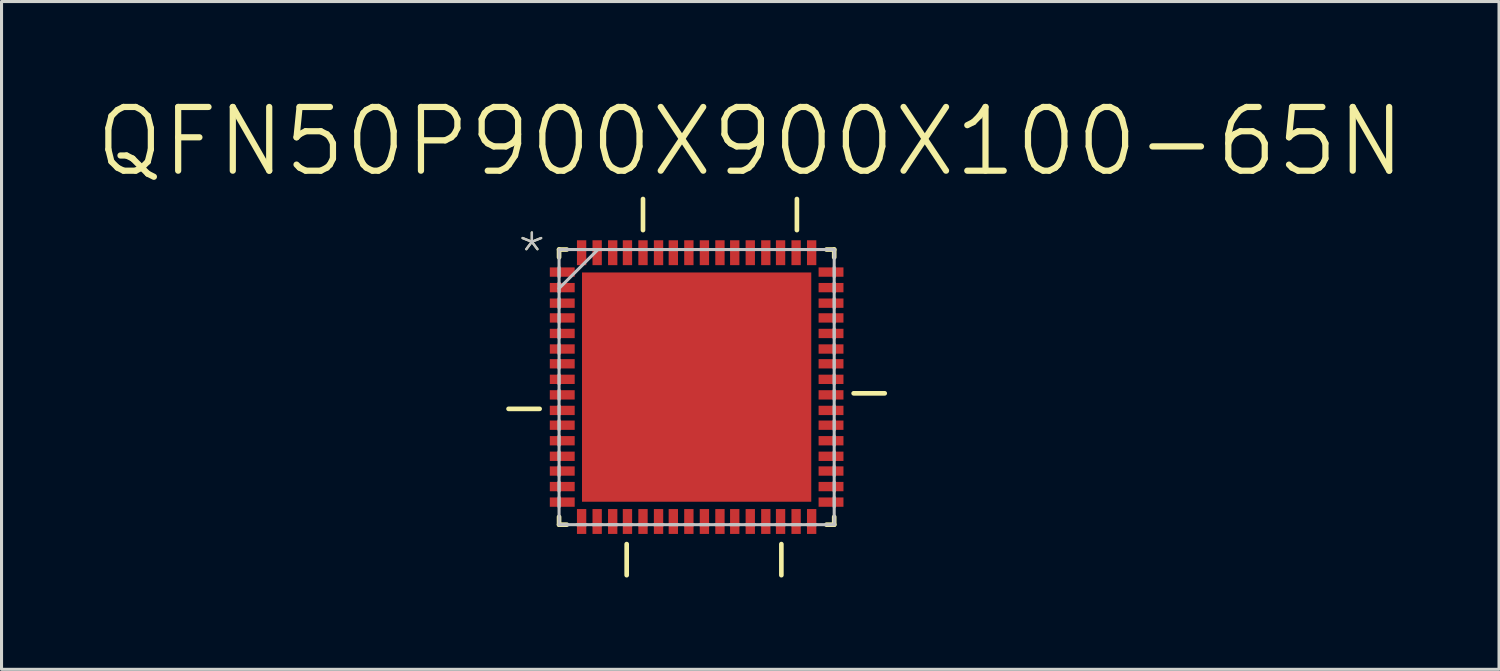
<source format=kicad_pcb>
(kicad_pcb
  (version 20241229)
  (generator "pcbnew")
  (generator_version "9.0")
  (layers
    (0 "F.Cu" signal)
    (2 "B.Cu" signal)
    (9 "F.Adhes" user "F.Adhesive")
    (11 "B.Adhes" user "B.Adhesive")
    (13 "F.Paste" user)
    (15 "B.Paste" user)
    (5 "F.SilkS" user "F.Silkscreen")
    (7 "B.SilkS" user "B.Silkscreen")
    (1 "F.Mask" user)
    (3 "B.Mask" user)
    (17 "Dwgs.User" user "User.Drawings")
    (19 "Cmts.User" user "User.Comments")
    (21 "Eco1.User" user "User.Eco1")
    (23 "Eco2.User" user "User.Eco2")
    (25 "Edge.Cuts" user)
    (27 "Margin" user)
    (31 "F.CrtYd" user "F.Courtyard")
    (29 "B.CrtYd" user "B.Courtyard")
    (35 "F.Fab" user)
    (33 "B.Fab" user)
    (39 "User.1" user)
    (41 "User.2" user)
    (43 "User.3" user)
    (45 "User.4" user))
  (footprint "QFN50P900X900X100-65N"
    (layer "F.Cu")
    (at 19.717 9.601)
    (property "Reference" "QFN50P900X900X100-65N" (at 1.753 -8.026 0) (layer "F.SilkS") (effects (font (size 2.083 2.083) (thickness 0.203))))
    (attr smd)
    (fp_line (start -5.131 0.711) (end -6.147 0.711) (stroke (width 0.152) (type solid)) (layer "F.SilkS"))
    (fp_line (start -4.496 -4.496) (end -4.496 -4.242) (stroke (width 0.152) (type solid)) (layer "F.SilkS"))
    (fp_line (start -4.496 4.242) (end -4.496 4.496) (stroke (width 0.152) (type solid)) (layer "F.SilkS"))
    (fp_line (start -4.496 4.496) (end -4.242 4.496) (stroke (width 0.152) (type solid)) (layer "F.SilkS"))
    (fp_line (start -4.242 -4.496) (end -4.496 -4.496) (stroke (width 0.152) (type solid)) (layer "F.SilkS"))
    (fp_line (start -2.286 5.131) (end -2.286 6.147) (stroke (width 0.152) (type solid)) (layer "F.SilkS"))
    (fp_line (start -1.753 -6.147) (end -1.753 -5.131) (stroke (width 0.152) (type solid)) (layer "F.SilkS"))
    (fp_line (start 2.769 5.131) (end 2.769 6.147) (stroke (width 0.152) (type solid)) (layer "F.SilkS"))
    (fp_line (start 3.277 -6.147) (end 3.277 -5.131) (stroke (width 0.152) (type solid)) (layer "F.SilkS"))
    (fp_line (start 4.242 4.496) (end 4.496 4.496) (stroke (width 0.152) (type solid)) (layer "F.SilkS"))
    (fp_line (start 4.496 -4.496) (end 4.242 -4.496) (stroke (width 0.152) (type solid)) (layer "F.SilkS"))
    (fp_line (start 4.496 -4.242) (end 4.496 -4.496) (stroke (width 0.152) (type solid)) (layer "F.SilkS"))
    (fp_line (start 4.496 4.496) (end 4.496 4.242) (stroke (width 0.152) (type solid)) (layer "F.SilkS"))
    (fp_line (start 6.147 0.203) (end 5.131 0.203) (stroke (width 0.152) (type solid)) (layer "F.SilkS"))
    (fp_line (start -4.496 -4.496) (end -4.496 4.496) (stroke (width 0.1) (type solid)) (layer "Dwgs.User"))
    (fp_line (start -4.496 -3.912) (end -4.496 -3.604) (stroke (width 0.1) (type solid)) (layer "Dwgs.User"))
    (fp_line (start -4.496 -3.404) (end -4.496 -3.099) (stroke (width 0.1) (type solid)) (layer "Dwgs.User"))
    (fp_line (start -4.496 -3.226) (end -3.226 -4.496) (stroke (width 0.1) (type solid)) (layer "Dwgs.User"))
    (fp_line (start -4.496 -2.896) (end -4.496 -2.588) (stroke (width 0.1) (type solid)) (layer "Dwgs.User"))
    (fp_line (start -4.496 -2.388) (end -4.496 -2.108) (stroke (width 0.1) (type solid)) (layer "Dwgs.User"))
    (fp_line (start -4.496 -1.905) (end -4.496 -1.6) (stroke (width 0.1) (type solid)) (layer "Dwgs.User"))
    (fp_line (start -4.496 -1.397) (end -4.496 -1.09) (stroke (width 0.1) (type solid)) (layer "Dwgs.User"))
    (fp_line (start -4.496 -0.889) (end -4.496 -0.61) (stroke (width 0.1) (type solid)) (layer "Dwgs.User"))
    (fp_line (start -4.496 -0.406) (end -4.496 -0.102) (stroke (width 0.1) (type solid)) (layer "Dwgs.User"))
    (fp_line (start -4.496 0.102) (end -4.496 0.406) (stroke (width 0.1) (type solid)) (layer "Dwgs.User"))
    (fp_line (start -4.496 0.61) (end -4.496 0.889) (stroke (width 0.1) (type solid)) (layer "Dwgs.User"))
    (fp_line (start -4.496 1.09) (end -4.496 1.397) (stroke (width 0.1) (type solid)) (layer "Dwgs.User"))
    (fp_line (start -4.496 1.6) (end -4.496 1.905) (stroke (width 0.1) (type solid)) (layer "Dwgs.User"))
    (fp_line (start -4.496 2.108) (end -4.496 2.388) (stroke (width 0.1) (type solid)) (layer "Dwgs.User"))
    (fp_line (start -4.496 2.588) (end -4.496 2.896) (stroke (width 0.1) (type solid)) (layer "Dwgs.User"))
    (fp_line (start -4.496 3.099) (end -4.496 3.404) (stroke (width 0.1) (type solid)) (layer "Dwgs.User"))
    (fp_line (start -4.496 3.604) (end -4.496 3.912) (stroke (width 0.1) (type solid)) (layer "Dwgs.User"))
    (fp_line (start -4.496 4.496) (end 4.496 4.496) (stroke (width 0.1) (type solid)) (layer "Dwgs.User"))
    (fp_line (start -3.912 4.496) (end -3.604 4.496) (stroke (width 0.1) (type solid)) (layer "Dwgs.User"))
    (fp_line (start -3.604 -4.496) (end -3.912 -4.496) (stroke (width 0.1) (type solid)) (layer "Dwgs.User"))
    (fp_line (start -3.404 4.496) (end -3.099 4.496) (stroke (width 0.1) (type solid)) (layer "Dwgs.User"))
    (fp_line (start -3.099 -4.496) (end -3.404 -4.496) (stroke (width 0.1) (type solid)) (layer "Dwgs.User"))
    (fp_line (start -2.896 4.496) (end -2.588 4.496) (stroke (width 0.1) (type solid)) (layer "Dwgs.User"))
    (fp_line (start -2.588 -4.496) (end -2.896 -4.496) (stroke (width 0.1) (type solid)) (layer "Dwgs.User"))
    (fp_line (start -2.388 4.496) (end -2.108 4.496) (stroke (width 0.1) (type solid)) (layer "Dwgs.User"))
    (fp_line (start -2.108 -4.496) (end -2.388 -4.496) (stroke (width 0.1) (type solid)) (layer "Dwgs.User"))
    (fp_line (start -1.905 4.496) (end -1.6 4.496) (stroke (width 0.1) (type solid)) (layer "Dwgs.User"))
    (fp_line (start -1.6 -4.496) (end -1.905 -4.496) (stroke (width 0.1) (type solid)) (layer "Dwgs.User"))
    (fp_line (start -1.397 4.496) (end -1.09 4.496) (stroke (width 0.1) (type solid)) (layer "Dwgs.User"))
    (fp_line (start -1.09 -4.496) (end -1.397 -4.496) (stroke (width 0.1) (type solid)) (layer "Dwgs.User"))
    (fp_line (start -0.889 4.496) (end -0.61 4.496) (stroke (width 0.1) (type solid)) (layer "Dwgs.User"))
    (fp_line (start -0.61 -4.496) (end -0.889 -4.496) (stroke (width 0.1) (type solid)) (layer "Dwgs.User"))
    (fp_line (start -0.406 4.496) (end -0.102 4.496) (stroke (width 0.1) (type solid)) (layer "Dwgs.User"))
    (fp_line (start -0.102 -4.496) (end -0.406 -4.496) (stroke (width 0.1) (type solid)) (layer "Dwgs.User"))
    (fp_line (start 0.102 4.496) (end 0.406 4.496) (stroke (width 0.1) (type solid)) (layer "Dwgs.User"))
    (fp_line (start 0.406 -4.496) (end 0.102 -4.496) (stroke (width 0.1) (type solid)) (layer "Dwgs.User"))
    (fp_line (start 0.61 4.496) (end 0.889 4.496) (stroke (width 0.1) (type solid)) (layer "Dwgs.User"))
    (fp_line (start 0.889 -4.496) (end 0.61 -4.496) (stroke (width 0.1) (type solid)) (layer "Dwgs.User"))
    (fp_line (start 1.09 4.496) (end 1.397 4.496) (stroke (width 0.1) (type solid)) (layer "Dwgs.User"))
    (fp_line (start 1.397 -4.496) (end 1.09 -4.496) (stroke (width 0.1) (type solid)) (layer "Dwgs.User"))
    (fp_line (start 1.6 4.496) (end 1.905 4.496) (stroke (width 0.1) (type solid)) (layer "Dwgs.User"))
    (fp_line (start 1.905 -4.496) (end 1.6 -4.496) (stroke (width 0.1) (type solid)) (layer "Dwgs.User"))
    (fp_line (start 2.108 4.496) (end 2.388 4.496) (stroke (width 0.1) (type solid)) (layer "Dwgs.User"))
    (fp_line (start 2.388 -4.496) (end 2.108 -4.496) (stroke (width 0.1) (type solid)) (layer "Dwgs.User"))
    (fp_line (start 2.588 4.496) (end 2.896 4.496) (stroke (width 0.1) (type solid)) (layer "Dwgs.User"))
    (fp_line (start 2.896 -4.496) (end 2.588 -4.496) (stroke (width 0.1) (type solid)) (layer "Dwgs.User"))
    (fp_line (start 3.099 4.496) (end 3.404 4.496) (stroke (width 0.1) (type solid)) (layer "Dwgs.User"))
    (fp_line (start 3.404 -4.496) (end 3.099 -4.496) (stroke (width 0.1) (type solid)) (layer "Dwgs.User"))
    (fp_line (start 3.604 4.496) (end 3.912 4.496) (stroke (width 0.1) (type solid)) (layer "Dwgs.User"))
    (fp_line (start 3.912 -4.496) (end 3.604 -4.496) (stroke (width 0.1) (type solid)) (layer "Dwgs.User"))
    (fp_line (start 4.496 -4.496) (end -4.496 -4.496) (stroke (width 0.1) (type solid)) (layer "Dwgs.User"))
    (fp_line (start 4.496 -3.604) (end 4.496 -3.912) (stroke (width 0.1) (type solid)) (layer "Dwgs.User"))
    (fp_line (start 4.496 -3.099) (end 4.496 -3.404) (stroke (width 0.1) (type solid)) (layer "Dwgs.User"))
    (fp_line (start 4.496 -2.588) (end 4.496 -2.896) (stroke (width 0.1) (type solid)) (layer "Dwgs.User"))
    (fp_line (start 4.496 -2.108) (end 4.496 -2.388) (stroke (width 0.1) (type solid)) (layer "Dwgs.User"))
    (fp_line (start 4.496 -1.6) (end 4.496 -1.905) (stroke (width 0.1) (type solid)) (layer "Dwgs.User"))
    (fp_line (start 4.496 -1.09) (end 4.496 -1.397) (stroke (width 0.1) (type solid)) (layer "Dwgs.User"))
    (fp_line (start 4.496 -0.61) (end 4.496 -0.889) (stroke (width 0.1) (type solid)) (layer "Dwgs.User"))
    (fp_line (start 4.496 -0.102) (end 4.496 -0.406) (stroke (width 0.1) (type solid)) (layer "Dwgs.User"))
    (fp_line (start 4.496 0.406) (end 4.496 0.102) (stroke (width 0.1) (type solid)) (layer "Dwgs.User"))
    (fp_line (start 4.496 0.889) (end 4.496 0.61) (stroke (width 0.1) (type solid)) (layer "Dwgs.User"))
    (fp_line (start 4.496 1.397) (end 4.496 1.09) (stroke (width 0.1) (type solid)) (layer "Dwgs.User"))
    (fp_line (start 4.496 1.905) (end 4.496 1.6) (stroke (width 0.1) (type solid)) (layer "Dwgs.User"))
    (fp_line (start 4.496 2.388) (end 4.496 2.108) (stroke (width 0.1) (type solid)) (layer "Dwgs.User"))
    (fp_line (start 4.496 2.896) (end 4.496 2.588) (stroke (width 0.1) (type solid)) (layer "Dwgs.User"))
    (fp_line (start 4.496 3.404) (end 4.496 3.099) (stroke (width 0.1) (type solid)) (layer "Dwgs.User"))
    (fp_line (start 4.496 3.912) (end 4.496 3.604) (stroke (width 0.1) (type solid)) (layer "Dwgs.User"))
    (fp_line (start 4.496 4.496) (end 4.496 -4.496) (stroke (width 0.1) (type solid)) (layer "Dwgs.User"))
    (fp_text user "*" (at -5.385 -4.366 0) (layer "F.SilkS") (effects (font (size 1.27 1.27) (thickness 0.076))))
    (fp_text user "*" (at -5.385 -4.366 0) (layer "Dwgs.User") (effects (font (size 1.27 1.27) (thickness 0.076))))
    (pad "1" smd rect (at -4.392 -3.759 270) (size 0.305 0.813) (layers "F.Cu" "F.Mask" "F.Paste"))
    (pad "2" smd rect (at -4.392 -3.251 270) (size 0.305 0.813) (layers "F.Cu" "F.Mask" "F.Paste"))
    (pad "3" smd rect (at -4.392 -2.743 270) (size 0.305 0.813) (layers "F.Cu" "F.Mask" "F.Paste"))
    (pad "4" smd rect (at -4.392 -2.261 270) (size 0.305 0.813) (layers "F.Cu" "F.Mask" "F.Paste"))
    (pad "5" smd rect (at -4.392 -1.753 270) (size 0.305 0.813) (layers "F.Cu" "F.Mask" "F.Paste"))
    (pad "6" smd rect (at -4.392 -1.245 270) (size 0.305 0.813) (layers "F.Cu" "F.Mask" "F.Paste"))
    (pad "7" smd rect (at -4.392 -0.762 270) (size 0.305 0.813) (layers "F.Cu" "F.Mask" "F.Paste"))
    (pad "8" smd rect (at -4.392 -0.254 270) (size 0.305 0.813) (layers "F.Cu" "F.Mask" "F.Paste"))
    (pad "9" smd rect (at -4.392 0.254 270) (size 0.305 0.813) (layers "F.Cu" "F.Mask" "F.Paste"))
    (pad "10" smd rect (at -4.392 0.762 270) (size 0.305 0.813) (layers "F.Cu" "F.Mask" "F.Paste"))
    (pad "11" smd rect (at -4.392 1.245 270) (size 0.305 0.813) (layers "F.Cu" "F.Mask" "F.Paste"))
    (pad "12" smd rect (at -4.392 1.753 270) (size 0.305 0.813) (layers "F.Cu" "F.Mask" "F.Paste"))
    (pad "13" smd rect (at -4.392 2.261 270) (size 0.305 0.813) (layers "F.Cu" "F.Mask" "F.Paste"))
    (pad "14" smd rect (at -4.392 2.743 270) (size 0.305 0.813) (layers "F.Cu" "F.Mask" "F.Paste"))
    (pad "15" smd rect (at -4.392 3.251 270) (size 0.305 0.813) (layers "F.Cu" "F.Mask" "F.Paste"))
    (pad "16" smd rect (at -4.392 3.759 270) (size 0.305 0.813) (layers "F.Cu" "F.Mask" "F.Paste"))
    (pad "17" smd rect (at -3.759 4.392 180) (size 0.305 0.813) (layers "F.Cu" "F.Mask" "F.Paste"))
    (pad "18" smd rect (at -3.251 4.392 180) (size 0.305 0.813) (layers "F.Cu" "F.Mask" "F.Paste"))
    (pad "19" smd rect (at -2.743 4.392 180) (size 0.305 0.813) (layers "F.Cu" "F.Mask" "F.Paste"))
    (pad "20" smd rect (at -2.261 4.392 180) (size 0.305 0.813) (layers "F.Cu" "F.Mask" "F.Paste"))
    (pad "21" smd rect (at -1.753 4.392 180) (size 0.305 0.813) (layers "F.Cu" "F.Mask" "F.Paste"))
    (pad "22" smd rect (at -1.245 4.392 180) (size 0.305 0.813) (layers "F.Cu" "F.Mask" "F.Paste"))
    (pad "23" smd rect (at -0.762 4.392 180) (size 0.305 0.813) (layers "F.Cu" "F.Mask" "F.Paste"))
    (pad "24" smd rect (at -0.254 4.392 180) (size 0.305 0.813) (layers "F.Cu" "F.Mask" "F.Paste"))
    (pad "25" smd rect (at 0.254 4.392 180) (size 0.305 0.813) (layers "F.Cu" "F.Mask" "F.Paste"))
    (pad "26" smd rect (at 0.762 4.392 180) (size 0.305 0.813) (layers "F.Cu" "F.Mask" "F.Paste"))
    (pad "27" smd rect (at 1.245 4.392 180) (size 0.305 0.813) (layers "F.Cu" "F.Mask" "F.Paste"))
    (pad "28" smd rect (at 1.753 4.392 180) (size 0.305 0.813) (layers "F.Cu" "F.Mask" "F.Paste"))
    (pad "29" smd rect (at 2.261 4.392 180) (size 0.305 0.813) (layers "F.Cu" "F.Mask" "F.Paste"))
    (pad "30" smd rect (at 2.743 4.392 180) (size 0.305 0.813) (layers "F.Cu" "F.Mask" "F.Paste"))
    (pad "31" smd rect (at 3.251 4.392 180) (size 0.305 0.813) (layers "F.Cu" "F.Mask" "F.Paste"))
    (pad "32" smd rect (at 3.759 4.392 180) (size 0.305 0.813) (layers "F.Cu" "F.Mask" "F.Paste"))
    (pad "33" smd rect (at 4.392 3.759 270) (size 0.305 0.813) (layers "F.Cu" "F.Mask" "F.Paste"))
    (pad "34" smd rect (at 4.392 3.251 270) (size 0.305 0.813) (layers "F.Cu" "F.Mask" "F.Paste"))
    (pad "35" smd rect (at 4.392 2.743 270) (size 0.305 0.813) (layers "F.Cu" "F.Mask" "F.Paste"))
    (pad "36" smd rect (at 4.392 2.261 270) (size 0.305 0.813) (layers "F.Cu" "F.Mask" "F.Paste"))
    (pad "37" smd rect (at 4.392 1.753 270) (size 0.305 0.813) (layers "F.Cu" "F.Mask" "F.Paste"))
    (pad "38" smd rect (at 4.392 1.245 270) (size 0.305 0.813) (layers "F.Cu" "F.Mask" "F.Paste"))
    (pad "39" smd rect (at 4.392 0.762 270) (size 0.305 0.813) (layers "F.Cu" "F.Mask" "F.Paste"))
    (pad "40" smd rect (at 4.392 0.254 270) (size 0.305 0.813) (layers "F.Cu" "F.Mask" "F.Paste"))
    (pad "41" smd rect (at 4.392 -0.254 270) (size 0.305 0.813) (layers "F.Cu" "F.Mask" "F.Paste"))
    (pad "42" smd rect (at 4.392 -0.762 270) (size 0.305 0.813) (layers "F.Cu" "F.Mask" "F.Paste"))
    (pad "43" smd rect (at 4.392 -1.245 270) (size 0.305 0.813) (layers "F.Cu" "F.Mask" "F.Paste"))
    (pad "44" smd rect (at 4.392 -1.753 270) (size 0.305 0.813) (layers "F.Cu" "F.Mask" "F.Paste"))
    (pad "45" smd rect (at 4.392 -2.261 270) (size 0.305 0.813) (layers "F.Cu" "F.Mask" "F.Paste"))
    (pad "46" smd rect (at 4.392 -2.743 270) (size 0.305 0.813) (layers "F.Cu" "F.Mask" "F.Paste"))
    (pad "47" smd rect (at 4.392 -3.251 270) (size 0.305 0.813) (layers "F.Cu" "F.Mask" "F.Paste"))
    (pad "48" smd rect (at 4.392 -3.759 270) (size 0.305 0.813) (layers "F.Cu" "F.Mask" "F.Paste"))
    (pad "49" smd rect (at 3.759 -4.392 180) (size 0.305 0.813) (layers "F.Cu" "F.Mask" "F.Paste"))
    (pad "50" smd rect (at 3.251 -4.392 180) (size 0.305 0.813) (layers "F.Cu" "F.Mask" "F.Paste"))
    (pad "51" smd rect (at 2.743 -4.392 180) (size 0.305 0.813) (layers "F.Cu" "F.Mask" "F.Paste"))
    (pad "52" smd rect (at 2.261 -4.392 180) (size 0.305 0.813) (layers "F.Cu" "F.Mask" "F.Paste"))
    (pad "53" smd rect (at 1.753 -4.392 180) (size 0.305 0.813) (layers "F.Cu" "F.Mask" "F.Paste"))
    (pad "54" smd rect (at 1.245 -4.392 180) (size 0.305 0.813) (layers "F.Cu" "F.Mask" "F.Paste"))
    (pad "55" smd rect (at 0.762 -4.392 180) (size 0.305 0.813) (layers "F.Cu" "F.Mask" "F.Paste"))
    (pad "56" smd rect (at 0.254 -4.392 180) (size 0.305 0.813) (layers "F.Cu" "F.Mask" "F.Paste"))
    (pad "57" smd rect (at -0.254 -4.392 180) (size 0.305 0.813) (layers "F.Cu" "F.Mask" "F.Paste"))
    (pad "58" smd rect (at -0.762 -4.392 180) (size 0.305 0.813) (layers "F.Cu" "F.Mask" "F.Paste"))
    (pad "59" smd rect (at -1.245 -4.392 180) (size 0.305 0.813) (layers "F.Cu" "F.Mask" "F.Paste"))
    (pad "60" smd rect (at -1.753 -4.392 180) (size 0.305 0.813) (layers "F.Cu" "F.Mask" "F.Paste"))
    (pad "61" smd rect (at -2.261 -4.392 180) (size 0.305 0.813) (layers "F.Cu" "F.Mask" "F.Paste"))
    (pad "62" smd rect (at -2.743 -4.392 180) (size 0.305 0.813) (layers "F.Cu" "F.Mask" "F.Paste"))
    (pad "63" smd rect (at -3.251 -4.392 180) (size 0.305 0.813) (layers "F.Cu" "F.Mask" "F.Paste"))
    (pad "64" smd rect (at -3.759 -4.392 180) (size 0.305 0.813) (layers "F.Cu" "F.Mask" "F.Paste"))
    (pad "65" smd rect (at 0 0) (size 7.493 7.493) (layers "F.Cu" "F.Mask" "F.Paste")))
  (gr_rect
    (start -3 -3)
    (end 45.94 18.824)
    (stroke (width 0.1) (type default))
    (fill no)
    (layer "Edge.Cuts")))
</source>
